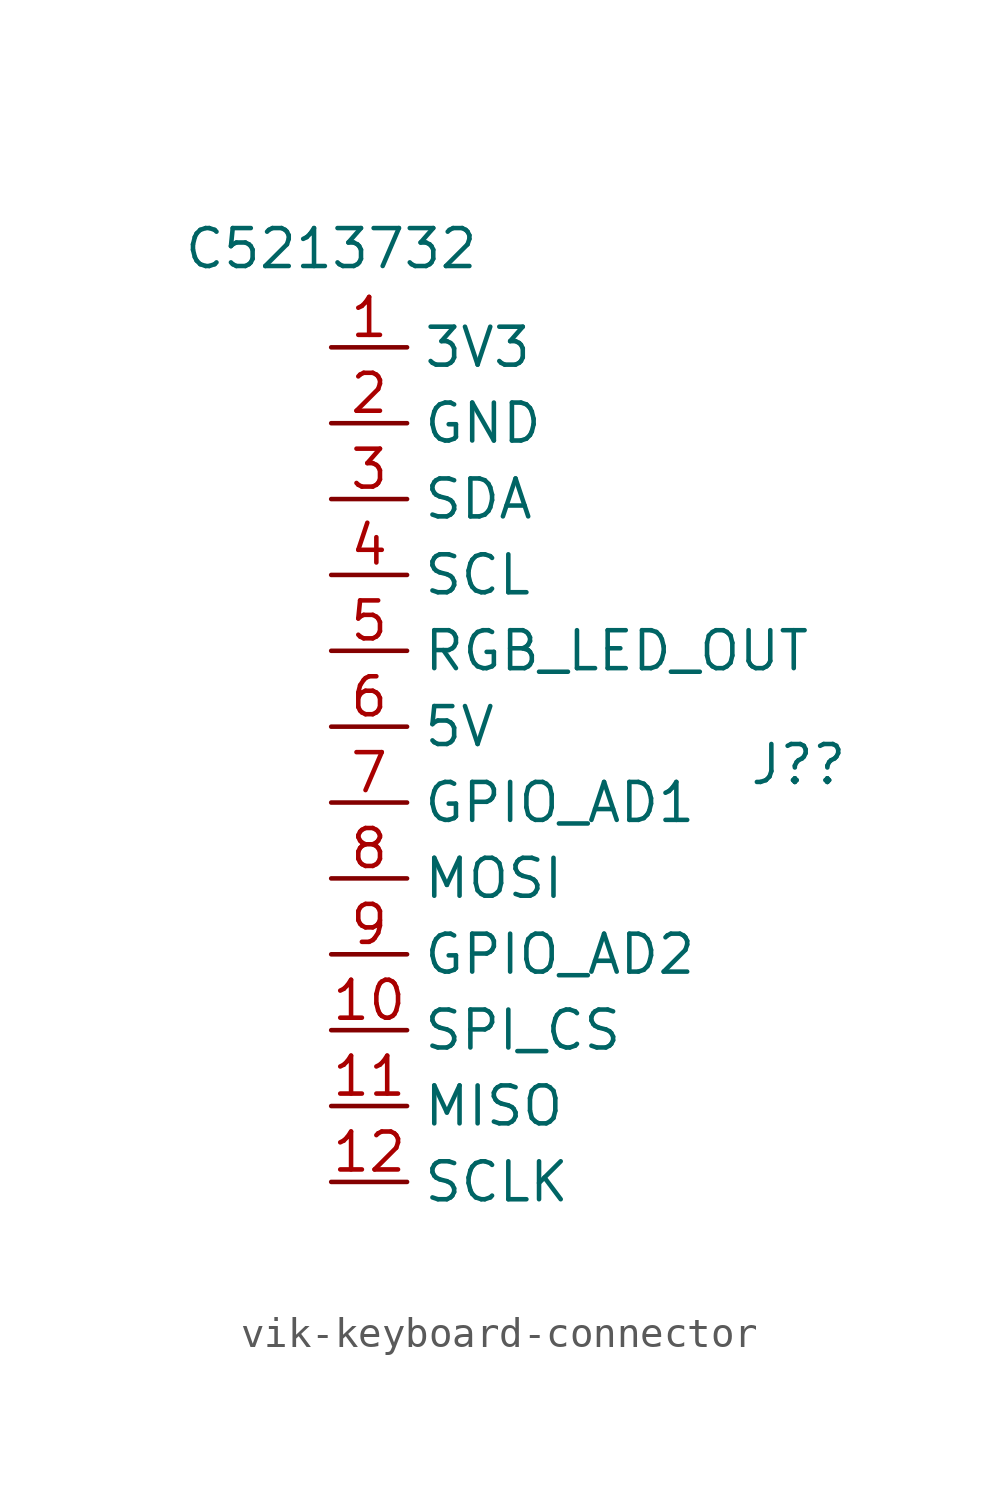
<source format=kicad_sym>
(kicad_symbol_lib
  (version 20220914)
  (generator kicad_symbol_editor)
  (symbol "vik-keyboard-connector"
    (property "Reference" "J?"
      (at 13.97 0 0)
      (effects (font (size 1.27 1.27)) (justify left)))
    (property "Value" "C5213732"
      (at 0 17.272 0)
      (effects (font (size 1.27 1.27))))
    (symbol "vik-keyboard-connector_1_1"
      (pin power_out line (at 0 13.97 0) (length 2.54) (name "3V3" (effects (font (size 1.27 1.27)))) (number "1" (effects (font (size 1.27 1.27)))))
      (pin output line (at 0 -8.89 0) (length 2.54) (name "SPI_CS" (effects (font (size 1.27 1.27)))) (number "10" (effects (font (size 1.27 1.27)))))
      (pin output line (at 0 -11.43 0) (length 2.54) (name "MISO" (effects (font (size 1.27 1.27)))) (number "11" (effects (font (size 1.27 1.27)))))
      (pin output line (at 0 -13.97 0) (length 2.54) (name "SCLK" (effects (font (size 1.27 1.27)))) (number "12" (effects (font (size 1.27 1.27)))))
      (pin power_out line (at 0 11.43 0) (length 2.54) (name "GND" (effects (font (size 1.27 1.27)))) (number "2" (effects (font (size 1.27 1.27)))))
      (pin output line (at 0 8.89 0) (length 2.54) (name "SDA" (effects (font (size 1.27 1.27)))) (number "3" (effects (font (size 1.27 1.27)))))
      (pin output line (at 0 6.35 0) (length 2.54) (name "SCL" (effects (font (size 1.27 1.27)))) (number "4" (effects (font (size 1.27 1.27)))))
      (pin output line (at 0 3.81 0) (length 2.54) (name "RGB_LED_OUT" (effects (font (size 1.27 1.27)))) (number "5" (effects (font (size 1.27 1.27)))))
      (pin power_out line (at 0 1.27 0) (length 2.54) (name "5V" (effects (font (size 1.27 1.27)))) (number "6" (effects (font (size 1.27 1.27)))))
      (pin output line (at 0 -1.27 0) (length 2.54) (name "GPIO_AD1" (effects (font (size 1.27 1.27)))) (number "7" (effects (font (size 1.27 1.27)))))
      (pin output line (at 0 -3.81 0) (length 2.54) (name "MOSI" (effects (font (size 1.27 1.27)))) (number "8" (effects (font (size 1.27 1.27)))))
      (pin output line (at 0 -6.35 0) (length 2.54) (name "GPIO_AD2" (effects (font (size 1.27 1.27)))) (number "9" (effects (font (size 1.27 1.27))))))))
</source>
